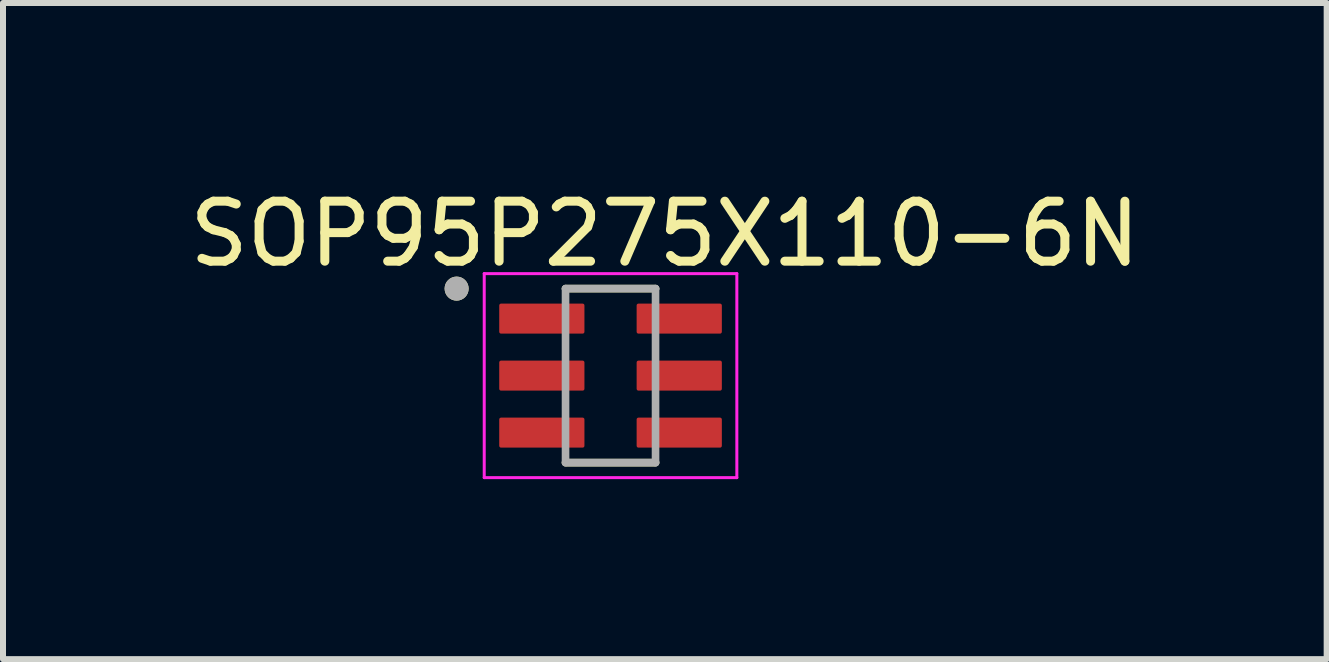
<source format=kicad_pcb>
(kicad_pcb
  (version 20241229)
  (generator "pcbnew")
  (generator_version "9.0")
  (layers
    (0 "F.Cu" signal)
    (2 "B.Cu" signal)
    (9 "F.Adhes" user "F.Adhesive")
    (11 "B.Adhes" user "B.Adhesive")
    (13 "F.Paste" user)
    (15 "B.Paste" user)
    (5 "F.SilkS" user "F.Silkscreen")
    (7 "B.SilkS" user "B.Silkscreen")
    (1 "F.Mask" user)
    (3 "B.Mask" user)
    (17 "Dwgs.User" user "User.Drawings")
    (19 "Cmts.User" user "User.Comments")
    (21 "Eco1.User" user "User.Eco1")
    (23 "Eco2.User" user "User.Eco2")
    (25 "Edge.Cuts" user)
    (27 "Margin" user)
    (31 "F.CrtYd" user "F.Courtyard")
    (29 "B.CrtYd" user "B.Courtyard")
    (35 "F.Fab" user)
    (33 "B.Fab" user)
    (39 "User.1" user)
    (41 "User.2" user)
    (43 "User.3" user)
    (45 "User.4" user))
  (footprint "SOP95P275X110-6N"
    (layer "F.Cu")
    (at 7.125 3.21)
    (property "Reference" "SOP95P275X110-6N" (at 0.905 -2.362 0) (layer "F.SilkS") (effects (font (size 1 1) (thickness 0.15))))
    (attr through_hole)
    (fp_line (start -0.75 -1.45) (end 0.75 -1.45) (stroke (width 0.127) (type solid)) (layer "F.SilkS"))
    (fp_line (start -0.75 1.45) (end 0.75 1.45) (stroke (width 0.127) (type solid)) (layer "F.SilkS"))
    (fp_circle (center -2.565 -1.45) (end -2.365 -1.45) (stroke (width 0) (type solid)) (fill yes) (layer "F.SilkS"))
    (fp_line (start -2.105 -1.7) (end -2.105 1.7) (stroke (width 0.05) (type solid)) (layer "F.CrtYd"))
    (fp_line (start -2.105 -1.7) (end 2.105 -1.7) (stroke (width 0.05) (type solid)) (layer "F.CrtYd"))
    (fp_line (start -2.105 1.7) (end 2.105 1.7) (stroke (width 0.05) (type solid)) (layer "F.CrtYd"))
    (fp_line (start 2.105 -1.7) (end 2.105 1.7) (stroke (width 0.05) (type solid)) (layer "F.CrtYd"))
    (fp_line (start -0.75 -1.45) (end -0.75 1.45) (stroke (width 0.127) (type solid)) (layer "F.Fab"))
    (fp_line (start -0.75 -1.45) (end 0.75 -1.45) (stroke (width 0.127) (type solid)) (layer "F.Fab"))
    (fp_line (start -0.75 1.45) (end 0.75 1.45) (stroke (width 0.127) (type solid)) (layer "F.Fab"))
    (fp_line (start 0.75 -1.45) (end 0.75 1.45) (stroke (width 0.127) (type solid)) (layer "F.Fab"))
    (fp_circle (center -2.565 -1.45) (end -2.365 -1.45) (stroke (width 0) (type solid)) (fill yes) (layer "F.Fab"))
    (pad "1" smd roundrect (at -1.145 -0.95) (size 1.42 0.5) (layers "F.Cu" "F.Mask" "F.Paste") (roundrect_rratio 0.06))
    (pad "2" smd roundrect (at -1.145 0) (size 1.42 0.5) (layers "F.Cu" "F.Mask" "F.Paste") (roundrect_rratio 0.06))
    (pad "3" smd roundrect (at -1.145 0.95) (size 1.42 0.5) (layers "F.Cu" "F.Mask" "F.Paste") (roundrect_rratio 0.06))
    (pad "4" smd roundrect (at 1.145 0.95) (size 1.42 0.5) (layers "F.Cu" "F.Mask" "F.Paste") (roundrect_rratio 0.06))
    (pad "5" smd roundrect (at 1.145 0) (size 1.42 0.5) (layers "F.Cu" "F.Mask" "F.Paste") (roundrect_rratio 0.06))
    (pad "6" smd roundrect (at 1.145 -0.95) (size 1.42 0.5) (layers "F.Cu" "F.Mask" "F.Paste") (roundrect_rratio 0.06)))
  (gr_rect
    (start -3 -3)
    (end 19.06 7.935)
    (stroke (width 0.1) (type default))
    (fill no)
    (layer "Edge.Cuts")))
</source>
